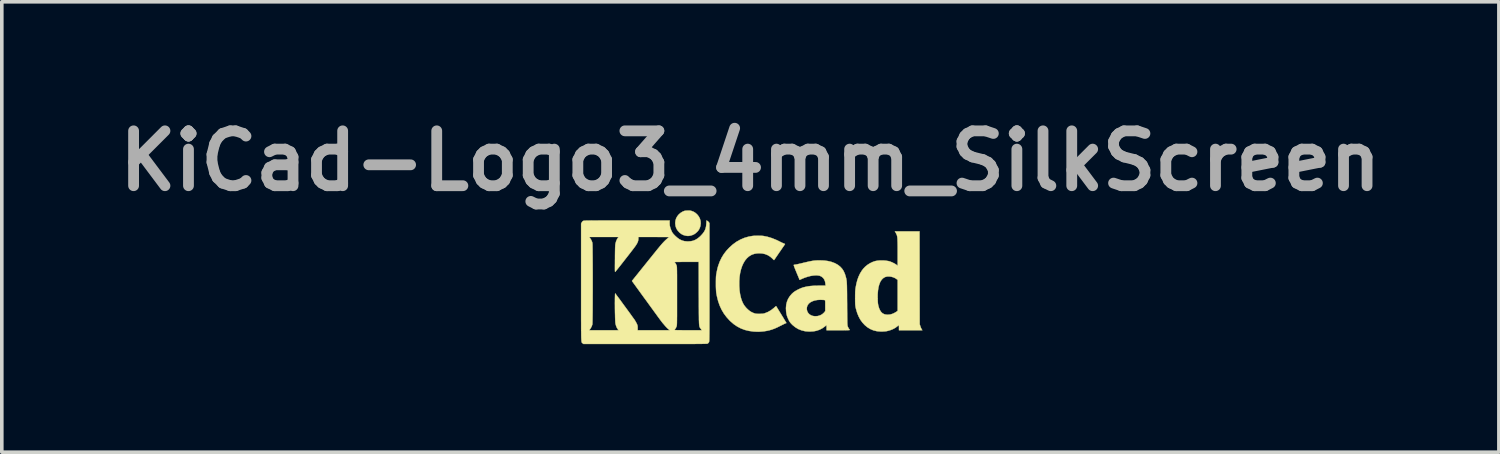
<source format=kicad_pcb>
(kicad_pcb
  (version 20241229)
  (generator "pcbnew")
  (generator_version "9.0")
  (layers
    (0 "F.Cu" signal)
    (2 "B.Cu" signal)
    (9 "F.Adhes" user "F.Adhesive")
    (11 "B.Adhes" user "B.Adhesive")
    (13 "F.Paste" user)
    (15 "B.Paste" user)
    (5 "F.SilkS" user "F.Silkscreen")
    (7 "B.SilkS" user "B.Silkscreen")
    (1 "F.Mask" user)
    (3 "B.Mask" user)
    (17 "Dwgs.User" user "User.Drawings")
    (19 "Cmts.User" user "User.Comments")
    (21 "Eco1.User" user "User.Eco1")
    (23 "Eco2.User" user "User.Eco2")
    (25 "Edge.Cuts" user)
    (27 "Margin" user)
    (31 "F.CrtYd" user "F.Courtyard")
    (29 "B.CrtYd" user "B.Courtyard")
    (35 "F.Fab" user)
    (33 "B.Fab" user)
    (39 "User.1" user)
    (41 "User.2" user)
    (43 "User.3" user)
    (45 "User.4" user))
  (footprint "KiCad-Logo3_4mm_SilkScreen"
    (layer "F.Cu")
    (at 17.787 4.618)
    (property "Reference" "KiCad-Logo3_4mm_SilkScreen" (at 0 -3.2 0) (layer "F.Fab") (effects (font (size 1.524 1.524) (thickness 0.3))))
    (attr exclude_from_pos_files exclude_from_bom)
    (fp_poly (pts (xy -1.68 -1.819) (xy -1.656 -1.816) (xy -1.634 -1.81) (xy -1.623 -1.806) (xy -1.57 -1.785) (xy -1.524 -1.755) (xy -1.48 -1.716) (xy -1.473 -1.709) (xy -1.43 -1.654) (xy -1.4 -1.594) (xy -1.382 -1.529) (xy -1.378 -1.462) (xy -1.387 -1.395) (xy -1.397 -1.358) (xy -1.415 -1.314) (xy -1.436 -1.277) (xy -1.464 -1.242) (xy -1.49 -1.217) (xy -1.54 -1.175) (xy -1.594 -1.146) (xy -1.654 -1.127) (xy -1.662 -1.125) (xy -1.701 -1.118) (xy -1.735 -1.116) (xy -1.768 -1.119) (xy -1.806 -1.126) (xy -1.861 -1.142) (xy -1.909 -1.166) (xy -1.955 -1.2) (xy -1.98 -1.224) (xy -2.019 -1.268) (xy -2.047 -1.312) (xy -2.067 -1.36) (xy -2.078 -1.404) (xy -2.086 -1.472) (xy -2.079 -1.538) (xy -2.061 -1.601) (xy -2.03 -1.659) (xy -1.989 -1.711) (xy -1.937 -1.756) (xy -1.879 -1.791) (xy -1.853 -1.802) (xy -1.832 -1.81) (xy -1.812 -1.815) (xy -1.787 -1.817) (xy -1.754 -1.819) (xy -1.746 -1.819) (xy -1.708 -1.82) (xy -1.68 -1.819)) (stroke (width 0.01) (type solid)) (fill yes) (layer "F.SilkS"))
    (fp_poly (pts (xy 4.701 0.048) (xy 4.703 1.337) (xy 4.722 1.393) (xy 4.733 1.424) (xy 4.746 1.452) (xy 4.757 1.474) (xy 4.759 1.476) (xy 4.777 1.503) (xy 4.128 1.503) (xy 4.128 1.432) (xy 4.127 1.403) (xy 4.126 1.379) (xy 4.125 1.365) (xy 4.123 1.362) (xy 4.116 1.366) (xy 4.102 1.377) (xy 4.086 1.391) (xy 4.029 1.434) (xy 3.961 1.471) (xy 3.886 1.501) (xy 3.807 1.523) (xy 3.784 1.528) (xy 3.734 1.534) (xy 3.675 1.537) (xy 3.614 1.537) (xy 3.556 1.533) (xy 3.506 1.527) (xy 3.505 1.527) (xy 3.414 1.504) (xy 3.33 1.468) (xy 3.251 1.42) (xy 3.179 1.36) (xy 3.114 1.29) (xy 3.056 1.21) (xy 3.007 1.119) (xy 2.967 1.02) (xy 2.935 0.912) (xy 2.926 0.872) (xy 2.921 0.846) (xy 2.918 0.823) (xy 2.915 0.798) (xy 2.913 0.771) (xy 2.912 0.738) (xy 2.911 0.698) (xy 2.911 0.647) (xy 2.911 0.616) (xy 3.536 0.616) (xy 3.537 0.638) (xy 3.539 0.69) (xy 3.541 0.73) (xy 3.544 0.763) (xy 3.549 0.793) (xy 3.555 0.821) (xy 3.558 0.833) (xy 3.579 0.901) (xy 3.605 0.955) (xy 3.635 0.999) (xy 3.671 1.032) (xy 3.714 1.055) (xy 3.735 1.062) (xy 3.771 1.069) (xy 3.814 1.072) (xy 3.86 1.069) (xy 3.902 1.062) (xy 3.904 1.061) (xy 3.959 1.043) (xy 4.014 1.016) (xy 4.061 0.987) (xy 4.092 0.964) (xy 4.092 0.107) (xy 4.07 0.088) (xy 4.023 0.056) (xy 3.969 0.032) (xy 3.911 0.016) (xy 3.853 0.009) (xy 3.798 0.011) (xy 3.747 0.024) (xy 3.731 0.031) (xy 3.683 0.062) (xy 3.643 0.105) (xy 3.608 0.16) (xy 3.581 0.228) (xy 3.559 0.308) (xy 3.545 0.399) (xy 3.537 0.502) (xy 3.536 0.616) (xy 2.911 0.616) (xy 2.911 0.603) (xy 2.911 0.536) (xy 2.912 0.481) (xy 2.913 0.435) (xy 2.916 0.396) (xy 2.919 0.362) (xy 2.923 0.332) (xy 2.945 0.215) (xy 2.972 0.11) (xy 3.006 0.015) (xy 3.047 -0.071) (xy 3.095 -0.15) (xy 3.134 -0.202) (xy 3.188 -0.259) (xy 3.252 -0.312) (xy 3.323 -0.357) (xy 3.398 -0.393) (xy 3.468 -0.417) (xy 3.534 -0.429) (xy 3.608 -0.435) (xy 3.687 -0.435) (xy 3.764 -0.429) (xy 3.838 -0.417) (xy 3.857 -0.412) (xy 3.891 -0.401) (xy 3.933 -0.384) (xy 3.977 -0.363) (xy 4.018 -0.341) (xy 4.051 -0.319) (xy 4.059 -0.314) (xy 4.092 -0.288) (xy 4.092 -0.64) (xy 4.092 -0.733) (xy 4.092 -0.813) (xy 4.091 -0.881) (xy 4.09 -0.939) (xy 4.088 -0.988) (xy 4.087 -1.028) (xy 4.084 -1.061) (xy 4.081 -1.088) (xy 4.077 -1.111) (xy 4.072 -1.13) (xy 4.066 -1.147) (xy 4.06 -1.162) (xy 4.058 -1.166) (xy 4.045 -1.191) (xy 4.033 -1.213) (xy 4.025 -1.226) (xy 4.013 -1.242) (xy 4.699 -1.242) (xy 4.701 0.048)) (stroke (width 0.01) (type solid)) (fill yes) (layer "F.SilkS"))
    (fp_poly (pts (xy 0.238 -1.121) (xy 0.288 -1.12) (xy 0.333 -1.118) (xy 0.363 -1.115) (xy 0.477 -1.092) (xy 0.595 -1.056) (xy 0.717 -1.007) (xy 0.8 -0.967) (xy 0.836 -0.949) (xy 0.871 -0.932) (xy 0.902 -0.918) (xy 0.925 -0.909) (xy 0.93 -0.907) (xy 0.949 -0.899) (xy 0.961 -0.892) (xy 0.963 -0.888) (xy 0.958 -0.881) (xy 0.946 -0.864) (xy 0.929 -0.838) (xy 0.907 -0.806) (xy 0.881 -0.769) (xy 0.853 -0.727) (xy 0.823 -0.684) (xy 0.792 -0.64) (xy 0.763 -0.596) (xy 0.735 -0.556) (xy 0.71 -0.519) (xy 0.689 -0.488) (xy 0.672 -0.465) (xy 0.662 -0.45) (xy 0.659 -0.445) (xy 0.653 -0.449) (xy 0.64 -0.46) (xy 0.623 -0.477) (xy 0.616 -0.485) (xy 0.553 -0.54) (xy 0.485 -0.582) (xy 0.411 -0.612) (xy 0.331 -0.63) (xy 0.249 -0.635) (xy 0.178 -0.631) (xy 0.115 -0.62) (xy 0.055 -0.6) (xy 0.024 -0.586) (xy -0.039 -0.547) (xy -0.096 -0.496) (xy -0.147 -0.434) (xy -0.191 -0.361) (xy -0.229 -0.277) (xy -0.26 -0.185) (xy -0.284 -0.083) (xy -0.3 0.026) (xy -0.308 0.142) (xy -0.308 0.264) (xy -0.308 0.272) (xy -0.3 0.394) (xy -0.284 0.505) (xy -0.26 0.607) (xy -0.248 0.646) (xy -0.222 0.715) (xy -0.194 0.773) (xy -0.16 0.825) (xy -0.119 0.875) (xy -0.095 0.9) (xy -0.05 0.942) (xy -0.009 0.974) (xy 0.034 1) (xy 0.081 1.021) (xy 0.1 1.029) (xy 0.122 1.036) (xy 0.142 1.042) (xy 0.163 1.045) (xy 0.189 1.047) (xy 0.223 1.048) (xy 0.25 1.048) (xy 0.293 1.047) (xy 0.326 1.046) (xy 0.352 1.043) (xy 0.375 1.039) (xy 0.399 1.032) (xy 0.402 1.031) (xy 0.489 0.996) (xy 0.573 0.948) (xy 0.653 0.886) (xy 0.676 0.865) (xy 0.694 0.849) (xy 0.708 0.837) (xy 0.716 0.833) (xy 0.716 0.833) (xy 0.72 0.84) (xy 0.731 0.857) (xy 0.747 0.883) (xy 0.767 0.916) (xy 0.791 0.955) (xy 0.817 0.998) (xy 0.845 1.043) (xy 0.873 1.089) (xy 0.901 1.134) (xy 0.927 1.177) (xy 0.95 1.216) (xy 0.971 1.25) (xy 0.987 1.277) (xy 0.997 1.295) (xy 1.002 1.303) (xy 1.002 1.303) (xy 0.996 1.305) (xy 0.991 1.305) (xy 0.982 1.308) (xy 0.963 1.317) (xy 0.934 1.331) (xy 0.899 1.348) (xy 0.859 1.368) (xy 0.837 1.379) (xy 0.751 1.422) (xy 0.674 1.456) (xy 0.601 1.483) (xy 0.529 1.504) (xy 0.457 1.52) (xy 0.381 1.532) (xy 0.321 1.538) (xy 0.268 1.542) (xy 0.223 1.544) (xy 0.18 1.543) (xy 0.133 1.541) (xy 0.085 1.538) (xy -0.038 1.521) (xy -0.153 1.493) (xy -0.262 1.452) (xy -0.365 1.398) (xy -0.462 1.332) (xy -0.554 1.252) (xy -0.575 1.232) (xy -0.66 1.138) (xy -0.734 1.039) (xy -0.797 0.933) (xy -0.85 0.819) (xy -0.893 0.697) (xy -0.926 0.566) (xy -0.943 0.476) (xy -0.948 0.441) (xy -0.951 0.395) (xy -0.954 0.34) (xy -0.956 0.28) (xy -0.956 0.218) (xy -0.956 0.156) (xy -0.955 0.096) (xy -0.954 0.042) (xy -0.951 -0.003) (xy -0.947 -0.037) (xy -0.947 -0.039) (xy -0.931 -0.125) (xy -0.915 -0.201) (xy -0.897 -0.269) (xy -0.875 -0.333) (xy -0.851 -0.398) (xy -0.847 -0.407) (xy -0.796 -0.513) (xy -0.736 -0.611) (xy -0.665 -0.704) (xy -0.585 -0.79) (xy -0.489 -0.877) (xy -0.387 -0.952) (xy -0.279 -1.013) (xy -0.167 -1.061) (xy -0.051 -1.095) (xy 0.052 -1.114) (xy 0.088 -1.118) (xy 0.134 -1.12) (xy 0.185 -1.121) (xy 0.238 -1.121)) (stroke (width 0.01) (type solid)) (fill yes) (layer "F.SilkS"))
    (fp_poly (pts (xy 2.044 -0.433) (xy 2.152 -0.419) (xy 2.249 -0.396) (xy 2.338 -0.363) (xy 2.36 -0.353) (xy 2.434 -0.311) (xy 2.496 -0.262) (xy 2.548 -0.206) (xy 2.591 -0.14) (xy 2.625 -0.064) (xy 2.642 -0.01) (xy 2.649 0.014) (xy 2.655 0.036) (xy 2.661 0.057) (xy 2.665 0.079) (xy 2.669 0.101) (xy 2.673 0.125) (xy 2.676 0.153) (xy 2.678 0.184) (xy 2.68 0.221) (xy 2.682 0.264) (xy 2.683 0.315) (xy 2.684 0.373) (xy 2.685 0.441) (xy 2.686 0.52) (xy 2.686 0.61) (xy 2.687 0.713) (xy 2.688 0.773) (xy 2.688 0.878) (xy 2.689 0.97) (xy 2.69 1.049) (xy 2.69 1.118) (xy 2.691 1.176) (xy 2.692 1.225) (xy 2.692 1.265) (xy 2.693 1.298) (xy 2.694 1.324) (xy 2.696 1.345) (xy 2.697 1.361) (xy 2.699 1.373) (xy 2.7 1.383) (xy 2.703 1.391) (xy 2.705 1.398) (xy 2.707 1.403) (xy 2.719 1.428) (xy 2.732 1.453) (xy 2.739 1.463) (xy 2.752 1.479) (xy 2.76 1.492) (xy 2.761 1.494) (xy 2.76 1.496) (xy 2.753 1.498) (xy 2.738 1.499) (xy 2.715 1.501) (xy 2.683 1.501) (xy 2.641 1.502) (xy 2.588 1.503) (xy 2.523 1.503) (xy 2.445 1.503) (xy 2.117 1.503) (xy 2.117 1.36) (xy 2.083 1.388) (xy 2.005 1.445) (xy 1.923 1.488) (xy 1.836 1.517) (xy 1.788 1.527) (xy 1.738 1.534) (xy 1.68 1.537) (xy 1.619 1.537) (xy 1.562 1.534) (xy 1.512 1.528) (xy 1.509 1.527) (xy 1.415 1.503) (xy 1.327 1.467) (xy 1.247 1.418) (xy 1.173 1.358) (xy 1.16 1.345) (xy 1.131 1.315) (xy 1.109 1.289) (xy 1.092 1.265) (xy 1.075 1.237) (xy 1.06 1.206) (xy 1.038 1.158) (xy 1.021 1.115) (xy 1.009 1.071) (xy 1 1.023) (xy 0.994 0.981) (xy 0.989 0.886) (xy 0.99 0.882) (xy 1.568 0.882) (xy 1.57 0.936) (xy 1.583 0.984) (xy 1.608 1.026) (xy 1.642 1.061) (xy 1.685 1.088) (xy 1.735 1.106) (xy 1.792 1.114) (xy 1.853 1.111) (xy 1.877 1.108) (xy 1.94 1.089) (xy 1.996 1.059) (xy 2.044 1.016) (xy 2.058 1) (xy 2.081 0.97) (xy 2.081 0.821) (xy 2.081 0.771) (xy 2.081 0.733) (xy 2.08 0.706) (xy 2.079 0.688) (xy 2.076 0.676) (xy 2.074 0.67) (xy 2.07 0.667) (xy 2.052 0.663) (xy 2.023 0.66) (xy 1.988 0.659) (xy 1.949 0.658) (xy 1.91 0.659) (xy 1.875 0.661) (xy 1.855 0.663) (xy 1.781 0.678) (xy 1.717 0.701) (xy 1.663 0.73) (xy 1.621 0.766) (xy 1.591 0.808) (xy 1.573 0.855) (xy 1.568 0.882) (xy 0.99 0.882) (xy 0.997 0.795) (xy 1.018 0.71) (xy 1.051 0.63) (xy 1.097 0.557) (xy 1.154 0.491) (xy 1.203 0.447) (xy 1.247 0.417) (xy 1.3 0.386) (xy 1.359 0.357) (xy 1.419 0.331) (xy 1.475 0.312) (xy 1.492 0.308) (xy 1.55 0.294) (xy 1.606 0.284) (xy 1.662 0.276) (xy 1.722 0.271) (xy 1.788 0.267) (xy 1.864 0.266) (xy 1.911 0.265) (xy 2.09 0.265) (xy 2.086 0.215) (xy 2.076 0.152) (xy 2.055 0.097) (xy 2.025 0.053) (xy 1.985 0.018) (xy 1.936 -0.007) (xy 1.924 -0.011) (xy 1.872 -0.02) (xy 1.812 -0.022) (xy 1.743 -0.016) (xy 1.67 -0.004) (xy 1.593 0.016) (xy 1.514 0.042) (xy 1.437 0.073) (xy 1.43 0.077) (xy 1.368 0.105) (xy 1.362 0.089) (xy 1.358 0.078) (xy 1.349 0.056) (xy 1.336 0.025) (xy 1.32 -0.014) (xy 1.301 -0.059) (xy 1.281 -0.107) (xy 1.277 -0.117) (xy 1.251 -0.18) (xy 1.231 -0.23) (xy 1.217 -0.268) (xy 1.209 -0.294) (xy 1.206 -0.308) (xy 1.207 -0.311) (xy 1.218 -0.314) (xy 1.238 -0.318) (xy 1.255 -0.32) (xy 1.272 -0.323) (xy 1.301 -0.328) (xy 1.339 -0.337) (xy 1.384 -0.347) (xy 1.434 -0.359) (xy 1.487 -0.372) (xy 1.492 -0.373) (xy 1.569 -0.391) (xy 1.634 -0.406) (xy 1.691 -0.417) (xy 1.742 -0.426) (xy 1.79 -0.432) (xy 1.837 -0.435) (xy 1.886 -0.437) (xy 1.926 -0.437) (xy 2.044 -0.433)) (stroke (width 0.01) (type solid)) (fill yes) (layer "F.SilkS"))
    (fp_poly (pts (xy -2.242 -1.485) (xy -2.239 -1.411) (xy -2.221 -1.335) (xy -2.19 -1.257) (xy -2.186 -1.249) (xy -2.172 -1.221) (xy -2.157 -1.197) (xy -2.139 -1.174) (xy -2.115 -1.148) (xy -2.086 -1.118) (xy -2.024 -1.063) (xy -1.964 -1.021) (xy -1.901 -0.991) (xy -1.835 -0.972) (xy -1.764 -0.964) (xy -1.732 -0.963) (xy -1.657 -0.968) (xy -1.588 -0.982) (xy -1.525 -1.008) (xy -1.464 -1.045) (xy -1.403 -1.095) (xy -1.379 -1.118) (xy -1.329 -1.172) (xy -1.29 -1.224) (xy -1.261 -1.275) (xy -1.241 -1.329) (xy -1.228 -1.388) (xy -1.222 -1.456) (xy -1.221 -1.459) (xy -1.217 -1.545) (xy -1.193 -1.533) (xy -1.172 -1.518) (xy -1.154 -1.499) (xy -1.152 -1.496) (xy -1.136 -1.473) (xy -1.136 0.168) (xy -1.136 0.348) (xy -1.136 0.514) (xy -1.136 0.668) (xy -1.136 0.809) (xy -1.136 0.938) (xy -1.136 1.055) (xy -1.136 1.162) (xy -1.137 1.258) (xy -1.137 1.345) (xy -1.137 1.422) (xy -1.137 1.491) (xy -1.138 1.551) (xy -1.138 1.604) (xy -1.139 1.649) (xy -1.139 1.688) (xy -1.14 1.721) (xy -1.14 1.749) (xy -1.141 1.771) (xy -1.142 1.789) (xy -1.143 1.803) (xy -1.144 1.814) (xy -1.145 1.822) (xy -1.146 1.828) (xy -1.147 1.831) (xy -1.148 1.832) (xy -1.162 1.853) (xy -1.18 1.869) (xy -1.181 1.871) (xy -1.184 1.872) (xy -1.187 1.873) (xy -1.192 1.874) (xy -1.199 1.876) (xy -1.208 1.877) (xy -1.219 1.878) (xy -1.235 1.878) (xy -1.254 1.879) (xy -1.277 1.88) (xy -1.306 1.88) (xy -1.34 1.881) (xy -1.381 1.882) (xy -1.428 1.882) (xy -1.482 1.882) (xy -1.543 1.883) (xy -1.613 1.883) (xy -1.692 1.883) (xy -1.78 1.883) (xy -1.877 1.883) (xy -1.985 1.884) (xy -2.104 1.884) (xy -2.234 1.884) (xy -2.376 1.884) (xy -2.53 1.884) (xy -2.698 1.884) (xy -2.878 1.884) (xy -2.919 1.884) (xy -4.634 1.884) (xy -4.657 1.865) (xy -4.662 1.861) (xy -4.666 1.858) (xy -4.67 1.856) (xy -4.673 1.853) (xy -4.677 1.849) (xy -4.68 1.843) (xy -4.682 1.836) (xy -4.685 1.826) (xy -4.687 1.812) (xy -4.689 1.796) (xy -4.691 1.775) (xy -4.692 1.749) (xy -4.694 1.718) (xy -4.695 1.681) (xy -4.696 1.638) (xy -4.696 1.589) (xy -4.697 1.531) (xy -4.698 1.466) (xy -4.698 1.392) (xy -4.698 1.31) (xy -4.699 1.217) (xy -4.699 1.115) (xy -4.699 1.002) (xy -4.699 0.878) (xy -4.699 0.742) (xy -4.699 0.594) (xy -4.699 0.433) (xy -4.699 0.259) (xy -4.699 0.171) (xy -4.699 -1.087) (xy -4.474 -1.087) (xy -4.453 -1.059) (xy -4.422 -1.012) (xy -4.398 -0.959) (xy -4.387 -0.924) (xy -4.386 -0.911) (xy -4.384 -0.885) (xy -4.383 -0.848) (xy -4.382 -0.798) (xy -4.381 -0.739) (xy -4.381 -0.67) (xy -4.38 -0.593) (xy -4.379 -0.508) (xy -4.379 -0.417) (xy -4.378 -0.32) (xy -4.378 -0.218) (xy -4.377 -0.113) (xy -4.377 -0.005) (xy -4.377 0.105) (xy -4.377 0.216) (xy -4.377 0.327) (xy -4.377 0.437) (xy -4.378 0.544) (xy -4.378 0.649) (xy -4.378 0.75) (xy -4.379 0.846) (xy -4.379 0.937) (xy -4.38 1.021) (xy -4.381 1.097) (xy -4.382 1.164) (xy -4.383 1.222) (xy -4.384 1.27) (xy -4.385 1.306) (xy -4.386 1.33) (xy -4.387 1.34) (xy -4.405 1.393) (xy -4.432 1.445) (xy -4.453 1.476) (xy -4.474 1.503) (xy -3.661 1.503) (xy -3.683 1.471) (xy -3.709 1.427) (xy -3.729 1.377) (xy -3.743 1.325) (xy -3.746 1.307) (xy -3.749 1.278) (xy -3.751 1.239) (xy -3.753 1.192) (xy -3.755 1.139) (xy -3.756 1.08) (xy -3.758 1.017) (xy -3.759 0.952) (xy -3.76 0.885) (xy -3.76 0.82) (xy -3.761 0.755) (xy -3.76 0.695) (xy -3.76 0.639) (xy -3.759 0.589) (xy -3.758 0.547) (xy -3.757 0.514) (xy -3.755 0.491) (xy -3.753 0.48) (xy -3.752 0.48) (xy -3.745 0.488) (xy -3.732 0.506) (xy -3.712 0.533) (xy -3.686 0.568) (xy -3.655 0.609) (xy -3.62 0.656) (xy -3.583 0.707) (xy -3.543 0.762) (xy -3.502 0.818) (xy -3.46 0.875) (xy -3.419 0.931) (xy -3.379 0.986) (xy -3.341 1.038) (xy -3.307 1.086) (xy -3.276 1.129) (xy -3.25 1.165) (xy -3.229 1.193) (xy -3.215 1.213) (xy -3.211 1.219) (xy -3.193 1.249) (xy -3.173 1.284) (xy -3.156 1.317) (xy -3.155 1.318) (xy -3.143 1.345) (xy -3.135 1.367) (xy -3.131 1.388) (xy -3.129 1.413) (xy -3.129 1.438) (xy -3.129 1.503) (xy -2.24 1.503) (xy -2.25 1.494) (xy -2.105 1.494) (xy -2.104 1.496) (xy -2.096 1.498) (xy -2.082 1.499) (xy -2.06 1.5) (xy -2.029 1.501) (xy -1.988 1.502) (xy -1.937 1.502) (xy -1.875 1.503) (xy -1.799 1.503) (xy -1.729 1.503) (xy -1.348 1.503) (xy -1.376 1.463) (xy -1.384 1.452) (xy -1.39 1.443) (xy -1.396 1.435) (xy -1.402 1.426) (xy -1.406 1.416) (xy -1.411 1.404) (xy -1.414 1.39) (xy -1.417 1.372) (xy -1.42 1.351) (xy -1.422 1.324) (xy -1.424 1.292) (xy -1.425 1.254) (xy -1.427 1.208) (xy -1.427 1.154) (xy -1.428 1.092) (xy -1.429 1.021) (xy -1.429 0.939) (xy -1.43 0.846) (xy -1.43 0.741) (xy -1.43 0.624) (xy -1.431 0.494) (xy -1.431 0.478) (xy -1.433 -0.395) (xy -1.768 -0.395) (xy -1.835 -0.395) (xy -1.898 -0.395) (xy -1.955 -0.394) (xy -2.004 -0.394) (xy -2.045 -0.394) (xy -2.076 -0.393) (xy -2.096 -0.392) (xy -2.103 -0.392) (xy -2.103 -0.392) (xy -2.099 -0.384) (xy -2.089 -0.37) (xy -2.082 -0.359) (xy -2.067 -0.335) (xy -2.053 -0.306) (xy -2.048 -0.294) (xy -2.046 -0.288) (xy -2.045 -0.281) (xy -2.043 -0.271) (xy -2.042 -0.26) (xy -2.04 -0.244) (xy -2.039 -0.225) (xy -2.039 -0.2) (xy -2.038 -0.169) (xy -2.037 -0.132) (xy -2.037 -0.088) (xy -2.036 -0.035) (xy -2.036 0.027) (xy -2.036 0.099) (xy -2.036 0.181) (xy -2.036 0.275) (xy -2.036 0.381) (xy -2.036 0.5) (xy -2.036 0.55) (xy -2.036 0.675) (xy -2.036 0.786) (xy -2.036 0.884) (xy -2.036 0.971) (xy -2.036 1.047) (xy -2.036 1.112) (xy -2.037 1.169) (xy -2.037 1.216) (xy -2.038 1.256) (xy -2.038 1.289) (xy -2.039 1.316) (xy -2.04 1.338) (xy -2.041 1.355) (xy -2.042 1.368) (xy -2.044 1.378) (xy -2.046 1.386) (xy -2.047 1.392) (xy -2.048 1.395) (xy -2.06 1.422) (xy -2.074 1.449) (xy -2.08 1.458) (xy -2.093 1.476) (xy -2.103 1.49) (xy -2.105 1.494) (xy -2.25 1.494) (xy -2.275 1.473) (xy -2.301 1.45) (xy -2.327 1.424) (xy -2.356 1.393) (xy -2.389 1.355) (xy -2.419 1.319) (xy -2.428 1.31) (xy -2.435 1.3) (xy -2.443 1.291) (xy -2.451 1.281) (xy -2.459 1.27) (xy -2.469 1.257) (xy -2.481 1.241) (xy -2.496 1.222) (xy -2.513 1.199) (xy -2.533 1.171) (xy -2.558 1.138) (xy -2.587 1.098) (xy -2.62 1.052) (xy -2.659 0.999) (xy -2.704 0.937) (xy -2.755 0.867) (xy -2.813 0.787) (xy -2.878 0.697) (xy -2.948 0.602) (xy -3.287 0.134) (xy -2.923 -0.319) (xy -2.865 -0.391) (xy -2.808 -0.462) (xy -2.753 -0.53) (xy -2.701 -0.595) (xy -2.652 -0.655) (xy -2.608 -0.71) (xy -2.569 -0.758) (xy -2.536 -0.798) (xy -2.51 -0.83) (xy -2.491 -0.852) (xy -2.487 -0.857) (xy -2.443 -0.908) (xy -2.399 -0.955) (xy -2.357 -0.997) (xy -2.319 -1.031) (xy -2.288 -1.057) (xy -2.279 -1.063) (xy -2.263 -1.074) (xy -2.252 -1.082) (xy -2.251 -1.084) (xy -2.258 -1.084) (xy -2.277 -1.085) (xy -2.309 -1.085) (xy -2.351 -1.086) (xy -2.402 -1.086) (xy -2.461 -1.086) (xy -2.527 -1.086) (xy -2.599 -1.087) (xy -2.675 -1.087) (xy -3.109 -1.087) (xy -3.109 -1.039) (xy -3.112 -1.002) (xy -3.12 -0.967) (xy -3.135 -0.929) (xy -3.158 -0.887) (xy -3.184 -0.846) (xy -3.195 -0.831) (xy -3.213 -0.806) (xy -3.238 -0.773) (xy -3.268 -0.733) (xy -3.303 -0.688) (xy -3.342 -0.637) (xy -3.384 -0.583) (xy -3.427 -0.528) (xy -3.472 -0.471) (xy -3.516 -0.414) (xy -3.559 -0.359) (xy -3.6 -0.307) (xy -3.638 -0.259) (xy -3.672 -0.216) (xy -3.701 -0.18) (xy -3.725 -0.151) (xy -3.741 -0.132) (xy -3.748 -0.123) (xy -3.751 -0.121) (xy -3.754 -0.12) (xy -3.756 -0.121) (xy -3.757 -0.127) (xy -3.759 -0.138) (xy -3.759 -0.155) (xy -3.76 -0.179) (xy -3.76 -0.211) (xy -3.76 -0.253) (xy -3.76 -0.305) (xy -3.759 -0.368) (xy -3.759 -0.444) (xy -3.758 -0.483) (xy -3.758 -0.569) (xy -3.757 -0.641) (xy -3.756 -0.702) (xy -3.755 -0.752) (xy -3.754 -0.793) (xy -3.752 -0.827) (xy -3.751 -0.853) (xy -3.749 -0.874) (xy -3.747 -0.891) (xy -3.744 -0.905) (xy -3.743 -0.909) (xy -3.727 -0.967) (xy -3.706 -1.016) (xy -3.683 -1.055) (xy -3.661 -1.087) (xy -4.474 -1.087) (xy -4.699 -1.087) (xy -4.699 -1.458) (xy -4.683 -1.488) (xy -4.664 -1.516) (xy -4.643 -1.532) (xy -4.639 -1.534) (xy -4.634 -1.535) (xy -4.628 -1.537) (xy -4.62 -1.538) (xy -4.608 -1.539) (xy -4.593 -1.54) (xy -4.574 -1.541) (xy -4.55 -1.542) (xy -4.52 -1.542) (xy -4.484 -1.543) (xy -4.441 -1.543) (xy -4.391 -1.544) (xy -4.333 -1.544) (xy -4.267 -1.544) (xy -4.191 -1.545) (xy -4.104 -1.545) (xy -4.008 -1.545) (xy -3.9 -1.545) (xy -3.78 -1.545) (xy -3.648 -1.545) (xy -3.502 -1.545) (xy -3.429 -1.545) (xy -2.24 -1.545) (xy -2.242 -1.485)) (stroke (width 0.01) (type solid)) (fill yes) (layer "F.SilkS")))
  (gr_rect
    (start -3 -3)
    (end 38.575 9.507)
    (stroke (width 0.1) (type default))
    (fill no)
    (layer "Edge.Cuts")))
</source>
